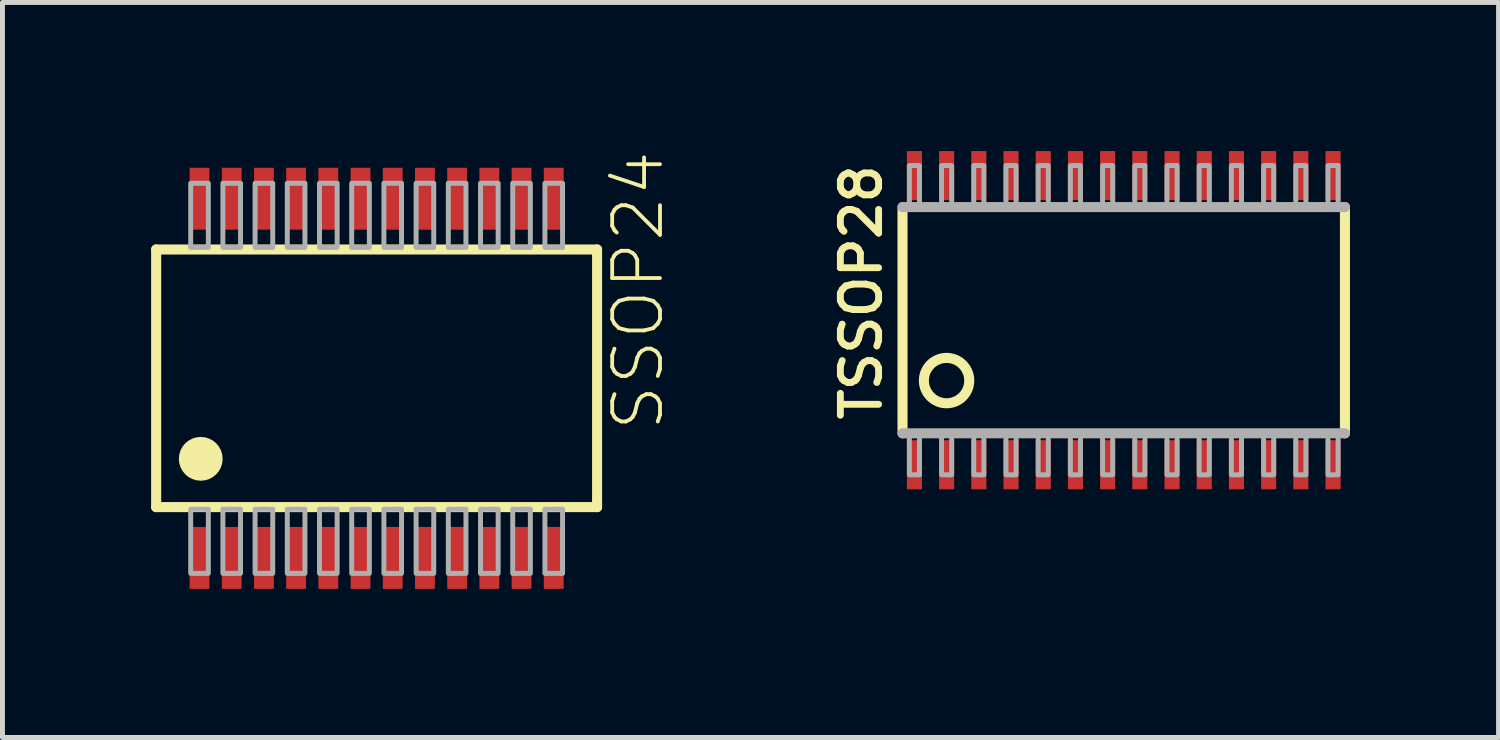
<source format=kicad_pcb>
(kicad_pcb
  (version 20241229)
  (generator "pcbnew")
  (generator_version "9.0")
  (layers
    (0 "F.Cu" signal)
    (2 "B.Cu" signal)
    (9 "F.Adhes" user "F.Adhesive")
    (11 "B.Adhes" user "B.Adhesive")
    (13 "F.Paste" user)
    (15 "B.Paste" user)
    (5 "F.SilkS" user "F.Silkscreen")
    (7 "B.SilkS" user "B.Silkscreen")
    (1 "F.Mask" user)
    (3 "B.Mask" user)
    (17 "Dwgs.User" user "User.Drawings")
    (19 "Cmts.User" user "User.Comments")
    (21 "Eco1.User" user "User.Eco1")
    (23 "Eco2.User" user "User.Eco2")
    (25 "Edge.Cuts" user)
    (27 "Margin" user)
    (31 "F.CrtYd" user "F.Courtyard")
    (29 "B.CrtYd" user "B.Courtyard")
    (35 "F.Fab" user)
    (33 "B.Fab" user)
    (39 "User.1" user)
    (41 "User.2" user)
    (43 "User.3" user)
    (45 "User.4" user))
  (footprint "SSOP24"
    (layer "F.Cu")
    (at 4.552 4.586)
    (property "Reference" "SSOP24" (at 5.842 1.106 270) (layer "F.SilkS") (effects (font (size 0.965 0.965) (thickness 0.077)) (justify left bottom)))
    (attr through_hole)
    (fp_line (start -4.45 -2.6) (end -4.45 2.6) (stroke (width 0.203) (type solid)) (layer "F.SilkS"))
    (fp_line (start -4.45 2.6) (end 4.45 2.6) (stroke (width 0.203) (type solid)) (layer "F.SilkS"))
    (fp_line (start 4.45 -2.6) (end -4.45 -2.6) (stroke (width 0.203) (type solid)) (layer "F.SilkS"))
    (fp_line (start 4.45 2.6) (end 4.45 -2.6) (stroke (width 0.203) (type solid)) (layer "F.SilkS"))
    (fp_circle (center -3.55 1.625) (end -3.329 1.625) (stroke (width 0.442) (type solid)) (fill no) (layer "F.SilkS"))
    (fp_poly (pts (xy -3.753 -2.642) (xy -3.397 -2.642) (xy -3.397 -3.937) (xy -3.753 -3.937)) (stroke (width 0.1) (type solid)) (fill no) (layer "F.Fab"))
    (fp_poly (pts (xy -3.753 3.937) (xy -3.397 3.937) (xy -3.397 2.642) (xy -3.753 2.642)) (stroke (width 0.1) (type solid)) (fill no) (layer "F.Fab"))
    (fp_poly (pts (xy -3.103 -2.642) (xy -2.747 -2.642) (xy -2.747 -3.937) (xy -3.103 -3.937)) (stroke (width 0.1) (type solid)) (fill no) (layer "F.Fab"))
    (fp_poly (pts (xy -3.103 3.937) (xy -2.747 3.937) (xy -2.747 2.642) (xy -3.103 2.642)) (stroke (width 0.1) (type solid)) (fill no) (layer "F.Fab"))
    (fp_poly (pts (xy -2.453 -2.642) (xy -2.097 -2.642) (xy -2.097 -3.937) (xy -2.453 -3.937)) (stroke (width 0.1) (type solid)) (fill no) (layer "F.Fab"))
    (fp_poly (pts (xy -2.453 3.937) (xy -2.097 3.937) (xy -2.097 2.642) (xy -2.453 2.642)) (stroke (width 0.1) (type solid)) (fill no) (layer "F.Fab"))
    (fp_poly (pts (xy -1.803 -2.642) (xy -1.447 -2.642) (xy -1.447 -3.937) (xy -1.803 -3.937)) (stroke (width 0.1) (type solid)) (fill no) (layer "F.Fab"))
    (fp_poly (pts (xy -1.803 3.937) (xy -1.447 3.937) (xy -1.447 2.642) (xy -1.803 2.642)) (stroke (width 0.1) (type solid)) (fill no) (layer "F.Fab"))
    (fp_poly (pts (xy -1.153 -2.642) (xy -0.797 -2.642) (xy -0.797 -3.937) (xy -1.153 -3.937)) (stroke (width 0.1) (type solid)) (fill no) (layer "F.Fab"))
    (fp_poly (pts (xy -1.153 3.937) (xy -0.797 3.937) (xy -0.797 2.642) (xy -1.153 2.642)) (stroke (width 0.1) (type solid)) (fill no) (layer "F.Fab"))
    (fp_poly (pts (xy -0.503 -2.642) (xy -0.147 -2.642) (xy -0.147 -3.937) (xy -0.503 -3.937)) (stroke (width 0.1) (type solid)) (fill no) (layer "F.Fab"))
    (fp_poly (pts (xy -0.503 3.937) (xy -0.147 3.937) (xy -0.147 2.642) (xy -0.503 2.642)) (stroke (width 0.1) (type solid)) (fill no) (layer "F.Fab"))
    (fp_poly (pts (xy 0.147 -2.642) (xy 0.503 -2.642) (xy 0.503 -3.937) (xy 0.147 -3.937)) (stroke (width 0.1) (type solid)) (fill no) (layer "F.Fab"))
    (fp_poly (pts (xy 0.147 3.937) (xy 0.503 3.937) (xy 0.503 2.642) (xy 0.147 2.642)) (stroke (width 0.1) (type solid)) (fill no) (layer "F.Fab"))
    (fp_poly (pts (xy 0.797 -2.642) (xy 1.153 -2.642) (xy 1.153 -3.937) (xy 0.797 -3.937)) (stroke (width 0.1) (type solid)) (fill no) (layer "F.Fab"))
    (fp_poly (pts (xy 0.797 3.937) (xy 1.153 3.937) (xy 1.153 2.642) (xy 0.797 2.642)) (stroke (width 0.1) (type solid)) (fill no) (layer "F.Fab"))
    (fp_poly (pts (xy 1.447 -2.642) (xy 1.803 -2.642) (xy 1.803 -3.937) (xy 1.447 -3.937)) (stroke (width 0.1) (type solid)) (fill no) (layer "F.Fab"))
    (fp_poly (pts (xy 1.447 3.937) (xy 1.803 3.937) (xy 1.803 2.642) (xy 1.447 2.642)) (stroke (width 0.1) (type solid)) (fill no) (layer "F.Fab"))
    (fp_poly (pts (xy 2.097 -2.642) (xy 2.453 -2.642) (xy 2.453 -3.937) (xy 2.097 -3.937)) (stroke (width 0.1) (type solid)) (fill no) (layer "F.Fab"))
    (fp_poly (pts (xy 2.097 3.937) (xy 2.453 3.937) (xy 2.453 2.642) (xy 2.097 2.642)) (stroke (width 0.1) (type solid)) (fill no) (layer "F.Fab"))
    (fp_poly (pts (xy 2.747 -2.642) (xy 3.103 -2.642) (xy 3.103 -3.937) (xy 2.747 -3.937)) (stroke (width 0.1) (type solid)) (fill no) (layer "F.Fab"))
    (fp_poly (pts (xy 2.747 3.937) (xy 3.103 3.937) (xy 3.103 2.642) (xy 2.747 2.642)) (stroke (width 0.1) (type solid)) (fill no) (layer "F.Fab"))
    (fp_poly (pts (xy 3.397 -2.642) (xy 3.753 -2.642) (xy 3.753 -3.937) (xy 3.397 -3.937)) (stroke (width 0.1) (type solid)) (fill no) (layer "F.Fab"))
    (fp_poly (pts (xy 3.397 3.937) (xy 3.753 3.937) (xy 3.753 2.642) (xy 3.397 2.642)) (stroke (width 0.1) (type solid)) (fill no) (layer "F.Fab"))
    (pad "1" smd rect (at -3.575 3.625) (size 0.4 1.25) (layers "F.Cu" "F.Mask" "F.Paste"))
    (pad "2" smd rect (at -2.925 3.625) (size 0.4 1.25) (layers "F.Cu" "F.Mask" "F.Paste"))
    (pad "3" smd rect (at -2.275 3.625) (size 0.4 1.25) (layers "F.Cu" "F.Mask" "F.Paste"))
    (pad "4" smd rect (at -1.625 3.625) (size 0.4 1.25) (layers "F.Cu" "F.Mask" "F.Paste"))
    (pad "5" smd rect (at -0.975 3.625) (size 0.4 1.25) (layers "F.Cu" "F.Mask" "F.Paste"))
    (pad "6" smd rect (at -0.325 3.625) (size 0.4 1.25) (layers "F.Cu" "F.Mask" "F.Paste"))
    (pad "7" smd rect (at 0.325 3.625) (size 0.4 1.25) (layers "F.Cu" "F.Mask" "F.Paste"))
    (pad "8" smd rect (at 0.975 3.625) (size 0.4 1.25) (layers "F.Cu" "F.Mask" "F.Paste"))
    (pad "9" smd rect (at 1.625 3.625) (size 0.4 1.25) (layers "F.Cu" "F.Mask" "F.Paste"))
    (pad "10" smd rect (at 2.275 3.625) (size 0.4 1.25) (layers "F.Cu" "F.Mask" "F.Paste"))
    (pad "11" smd rect (at 2.925 3.625) (size 0.4 1.25) (layers "F.Cu" "F.Mask" "F.Paste"))
    (pad "12" smd rect (at 3.575 3.625) (size 0.4 1.25) (layers "F.Cu" "F.Mask" "F.Paste"))
    (pad "13" smd rect (at 3.575 -3.625) (size 0.4 1.25) (layers "F.Cu" "F.Mask" "F.Paste"))
    (pad "14" smd rect (at 2.925 -3.625) (size 0.4 1.25) (layers "F.Cu" "F.Mask" "F.Paste"))
    (pad "15" smd rect (at 2.275 -3.625) (size 0.4 1.25) (layers "F.Cu" "F.Mask" "F.Paste"))
    (pad "16" smd rect (at 1.625 -3.625) (size 0.4 1.25) (layers "F.Cu" "F.Mask" "F.Paste"))
    (pad "17" smd rect (at 0.975 -3.625) (size 0.4 1.25) (layers "F.Cu" "F.Mask" "F.Paste"))
    (pad "18" smd rect (at 0.325 -3.625) (size 0.4 1.25) (layers "F.Cu" "F.Mask" "F.Paste"))
    (pad "19" smd rect (at -0.325 -3.625) (size 0.4 1.25) (layers "F.Cu" "F.Mask" "F.Paste"))
    (pad "20" smd rect (at -0.975 -3.625) (size 0.4 1.25) (layers "F.Cu" "F.Mask" "F.Paste"))
    (pad "21" smd rect (at -1.625 -3.625) (size 0.4 1.25) (layers "F.Cu" "F.Mask" "F.Paste"))
    (pad "22" smd rect (at -2.275 -3.625) (size 0.4 1.25) (layers "F.Cu" "F.Mask" "F.Paste"))
    (pad "23" smd rect (at -2.925 -3.625) (size 0.4 1.25) (layers "F.Cu" "F.Mask" "F.Paste"))
    (pad "24" smd rect (at -3.575 -3.625) (size 0.4 1.25) (layers "F.Cu" "F.Mask" "F.Paste")))
  (footprint "TSSOP28"
    (layer "F.Cu")
    (at 19.632 3.413)
    (property "Reference" "TSSOP28" (at -4.846 2.083 270) (layer "F.SilkS") (effects (font (size 0.772 0.772) (thickness 0.139)) (justify left bottom)))
    (attr through_hole)
    (fp_line (start -4.465 2.283) (end -4.465 -2.283) (stroke (width 0.203) (type solid)) (layer "F.SilkS"))
    (fp_line (start 4.465 -2.283) (end 4.465 2.283) (stroke (width 0.203) (type solid)) (layer "F.SilkS"))
    (fp_circle (center -3.576 1.219) (end -3.118 1.219) (stroke (width 0.203) (type solid)) (fill no) (layer "F.SilkS"))
    (fp_line (start -4.465 2.283) (end 4.465 2.283) (stroke (width 0.203) (type solid)) (layer "F.Fab"))
    (fp_line (start 4.465 -2.283) (end -4.465 -2.283) (stroke (width 0.203) (type solid)) (layer "F.Fab"))
    (fp_poly (pts (xy -4.327 -2.283) (xy -4.123 -2.283) (xy -4.123 -3.121) (xy -4.327 -3.121)) (stroke (width 0.1) (type solid)) (fill no) (layer "F.Fab"))
    (fp_poly (pts (xy -4.327 3.121) (xy -4.123 3.121) (xy -4.123 2.283) (xy -4.327 2.283)) (stroke (width 0.1) (type solid)) (fill no) (layer "F.Fab"))
    (fp_poly (pts (xy -3.677 -2.283) (xy -3.473 -2.283) (xy -3.473 -3.121) (xy -3.677 -3.121)) (stroke (width 0.1) (type solid)) (fill no) (layer "F.Fab"))
    (fp_poly (pts (xy -3.677 3.121) (xy -3.473 3.121) (xy -3.473 2.283) (xy -3.677 2.283)) (stroke (width 0.1) (type solid)) (fill no) (layer "F.Fab"))
    (fp_poly (pts (xy -3.027 -2.283) (xy -2.823 -2.283) (xy -2.823 -3.121) (xy -3.027 -3.121)) (stroke (width 0.1) (type solid)) (fill no) (layer "F.Fab"))
    (fp_poly (pts (xy -3.027 3.121) (xy -2.823 3.121) (xy -2.823 2.283) (xy -3.027 2.283)) (stroke (width 0.1) (type solid)) (fill no) (layer "F.Fab"))
    (fp_poly (pts (xy -2.377 -2.283) (xy -2.173 -2.283) (xy -2.173 -3.121) (xy -2.377 -3.121)) (stroke (width 0.1) (type solid)) (fill no) (layer "F.Fab"))
    (fp_poly (pts (xy -2.377 3.121) (xy -2.173 3.121) (xy -2.173 2.283) (xy -2.377 2.283)) (stroke (width 0.1) (type solid)) (fill no) (layer "F.Fab"))
    (fp_poly (pts (xy -1.727 -2.283) (xy -1.523 -2.283) (xy -1.523 -3.121) (xy -1.727 -3.121)) (stroke (width 0.1) (type solid)) (fill no) (layer "F.Fab"))
    (fp_poly (pts (xy -1.727 3.121) (xy -1.523 3.121) (xy -1.523 2.283) (xy -1.727 2.283)) (stroke (width 0.1) (type solid)) (fill no) (layer "F.Fab"))
    (fp_poly (pts (xy -1.077 -2.283) (xy -0.873 -2.283) (xy -0.873 -3.121) (xy -1.077 -3.121)) (stroke (width 0.1) (type solid)) (fill no) (layer "F.Fab"))
    (fp_poly (pts (xy -1.077 3.121) (xy -0.873 3.121) (xy -0.873 2.283) (xy -1.077 2.283)) (stroke (width 0.1) (type solid)) (fill no) (layer "F.Fab"))
    (fp_poly (pts (xy -0.427 -2.283) (xy -0.223 -2.283) (xy -0.223 -3.121) (xy -0.427 -3.121)) (stroke (width 0.1) (type solid)) (fill no) (layer "F.Fab"))
    (fp_poly (pts (xy -0.427 3.121) (xy -0.223 3.121) (xy -0.223 2.283) (xy -0.427 2.283)) (stroke (width 0.1) (type solid)) (fill no) (layer "F.Fab"))
    (fp_poly (pts (xy 0.223 -2.283) (xy 0.427 -2.283) (xy 0.427 -3.121) (xy 0.223 -3.121)) (stroke (width 0.1) (type solid)) (fill no) (layer "F.Fab"))
    (fp_poly (pts (xy 0.223 3.121) (xy 0.427 3.121) (xy 0.427 2.283) (xy 0.223 2.283)) (stroke (width 0.1) (type solid)) (fill no) (layer "F.Fab"))
    (fp_poly (pts (xy 0.873 -2.283) (xy 1.077 -2.283) (xy 1.077 -3.121) (xy 0.873 -3.121)) (stroke (width 0.1) (type solid)) (fill no) (layer "F.Fab"))
    (fp_poly (pts (xy 0.873 3.121) (xy 1.077 3.121) (xy 1.077 2.283) (xy 0.873 2.283)) (stroke (width 0.1) (type solid)) (fill no) (layer "F.Fab"))
    (fp_poly (pts (xy 1.523 -2.283) (xy 1.727 -2.283) (xy 1.727 -3.121) (xy 1.523 -3.121)) (stroke (width 0.1) (type solid)) (fill no) (layer "F.Fab"))
    (fp_poly (pts (xy 1.523 3.121) (xy 1.727 3.121) (xy 1.727 2.283) (xy 1.523 2.283)) (stroke (width 0.1) (type solid)) (fill no) (layer "F.Fab"))
    (fp_poly (pts (xy 2.173 -2.283) (xy 2.377 -2.283) (xy 2.377 -3.121) (xy 2.173 -3.121)) (stroke (width 0.1) (type solid)) (fill no) (layer "F.Fab"))
    (fp_poly (pts (xy 2.173 3.121) (xy 2.377 3.121) (xy 2.377 2.283) (xy 2.173 2.283)) (stroke (width 0.1) (type solid)) (fill no) (layer "F.Fab"))
    (fp_poly (pts (xy 2.823 -2.283) (xy 3.027 -2.283) (xy 3.027 -3.121) (xy 2.823 -3.121)) (stroke (width 0.1) (type solid)) (fill no) (layer "F.Fab"))
    (fp_poly (pts (xy 2.823 3.121) (xy 3.027 3.121) (xy 3.027 2.283) (xy 2.823 2.283)) (stroke (width 0.1) (type solid)) (fill no) (layer "F.Fab"))
    (fp_poly (pts (xy 3.473 -2.283) (xy 3.677 -2.283) (xy 3.677 -3.121) (xy 3.473 -3.121)) (stroke (width 0.1) (type solid)) (fill no) (layer "F.Fab"))
    (fp_poly (pts (xy 3.473 3.121) (xy 3.677 3.121) (xy 3.677 2.283) (xy 3.473 2.283)) (stroke (width 0.1) (type solid)) (fill no) (layer "F.Fab"))
    (fp_poly (pts (xy 4.123 -2.283) (xy 4.327 -2.283) (xy 4.327 -3.121) (xy 4.123 -3.121)) (stroke (width 0.1) (type solid)) (fill no) (layer "F.Fab"))
    (fp_poly (pts (xy 4.123 3.121) (xy 4.327 3.121) (xy 4.327 2.283) (xy 4.123 2.283)) (stroke (width 0.1) (type solid)) (fill no) (layer "F.Fab"))
    (pad "1" smd rect (at -4.225 2.918) (size 0.305 0.991) (layers "F.Cu" "F.Mask" "F.Paste"))
    (pad "2" smd rect (at -3.575 2.918) (size 0.305 0.991) (layers "F.Cu" "F.Mask" "F.Paste"))
    (pad "3" smd rect (at -2.925 2.918) (size 0.305 0.991) (layers "F.Cu" "F.Mask" "F.Paste"))
    (pad "4" smd rect (at -2.275 2.918) (size 0.305 0.991) (layers "F.Cu" "F.Mask" "F.Paste"))
    (pad "5" smd rect (at -1.625 2.918) (size 0.305 0.991) (layers "F.Cu" "F.Mask" "F.Paste"))
    (pad "6" smd rect (at -0.975 2.918) (size 0.305 0.991) (layers "F.Cu" "F.Mask" "F.Paste"))
    (pad "7" smd rect (at -0.325 2.918) (size 0.305 0.991) (layers "F.Cu" "F.Mask" "F.Paste"))
    (pad "8" smd rect (at 0.325 2.918) (size 0.305 0.991) (layers "F.Cu" "F.Mask" "F.Paste"))
    (pad "9" smd rect (at 0.975 2.918) (size 0.305 0.991) (layers "F.Cu" "F.Mask" "F.Paste"))
    (pad "10" smd rect (at 1.625 2.918) (size 0.305 0.991) (layers "F.Cu" "F.Mask" "F.Paste"))
    (pad "11" smd rect (at 2.275 2.918) (size 0.305 0.991) (layers "F.Cu" "F.Mask" "F.Paste"))
    (pad "12" smd rect (at 2.925 2.918) (size 0.305 0.991) (layers "F.Cu" "F.Mask" "F.Paste"))
    (pad "13" smd rect (at 3.575 2.918) (size 0.305 0.991) (layers "F.Cu" "F.Mask" "F.Paste"))
    (pad "14" smd rect (at 4.225 2.918) (size 0.305 0.991) (layers "F.Cu" "F.Mask" "F.Paste"))
    (pad "15" smd rect (at 4.225 -2.918) (size 0.305 0.991) (layers "F.Cu" "F.Mask" "F.Paste"))
    (pad "16" smd rect (at 3.575 -2.918) (size 0.305 0.991) (layers "F.Cu" "F.Mask" "F.Paste"))
    (pad "17" smd rect (at 2.925 -2.918) (size 0.305 0.991) (layers "F.Cu" "F.Mask" "F.Paste"))
    (pad "18" smd rect (at 2.275 -2.918) (size 0.305 0.991) (layers "F.Cu" "F.Mask" "F.Paste"))
    (pad "19" smd rect (at 1.625 -2.918) (size 0.305 0.991) (layers "F.Cu" "F.Mask" "F.Paste"))
    (pad "20" smd rect (at 0.975 -2.918) (size 0.305 0.991) (layers "F.Cu" "F.Mask" "F.Paste"))
    (pad "21" smd rect (at 0.325 -2.918) (size 0.305 0.991) (layers "F.Cu" "F.Mask" "F.Paste"))
    (pad "22" smd rect (at -0.325 -2.918) (size 0.305 0.991) (layers "F.Cu" "F.Mask" "F.Paste"))
    (pad "23" smd rect (at -0.975 -2.918) (size 0.305 0.991) (layers "F.Cu" "F.Mask" "F.Paste"))
    (pad "24" smd rect (at -1.625 -2.918) (size 0.305 0.991) (layers "F.Cu" "F.Mask" "F.Paste"))
    (pad "25" smd rect (at -2.275 -2.918) (size 0.305 0.991) (layers "F.Cu" "F.Mask" "F.Paste"))
    (pad "26" smd rect (at -2.925 -2.918) (size 0.305 0.991) (layers "F.Cu" "F.Mask" "F.Paste"))
    (pad "27" smd rect (at -3.575 -2.918) (size 0.305 0.991) (layers "F.Cu" "F.Mask" "F.Paste"))
    (pad "28" smd rect (at -4.225 -2.918) (size 0.305 0.991) (layers "F.Cu" "F.Mask" "F.Paste")))
  (gr_rect
    (start -3 -3)
    (end 27.198 11.836)
    (stroke (width 0.1) (type default))
    (fill no)
    (layer "Edge.Cuts")))
</source>
